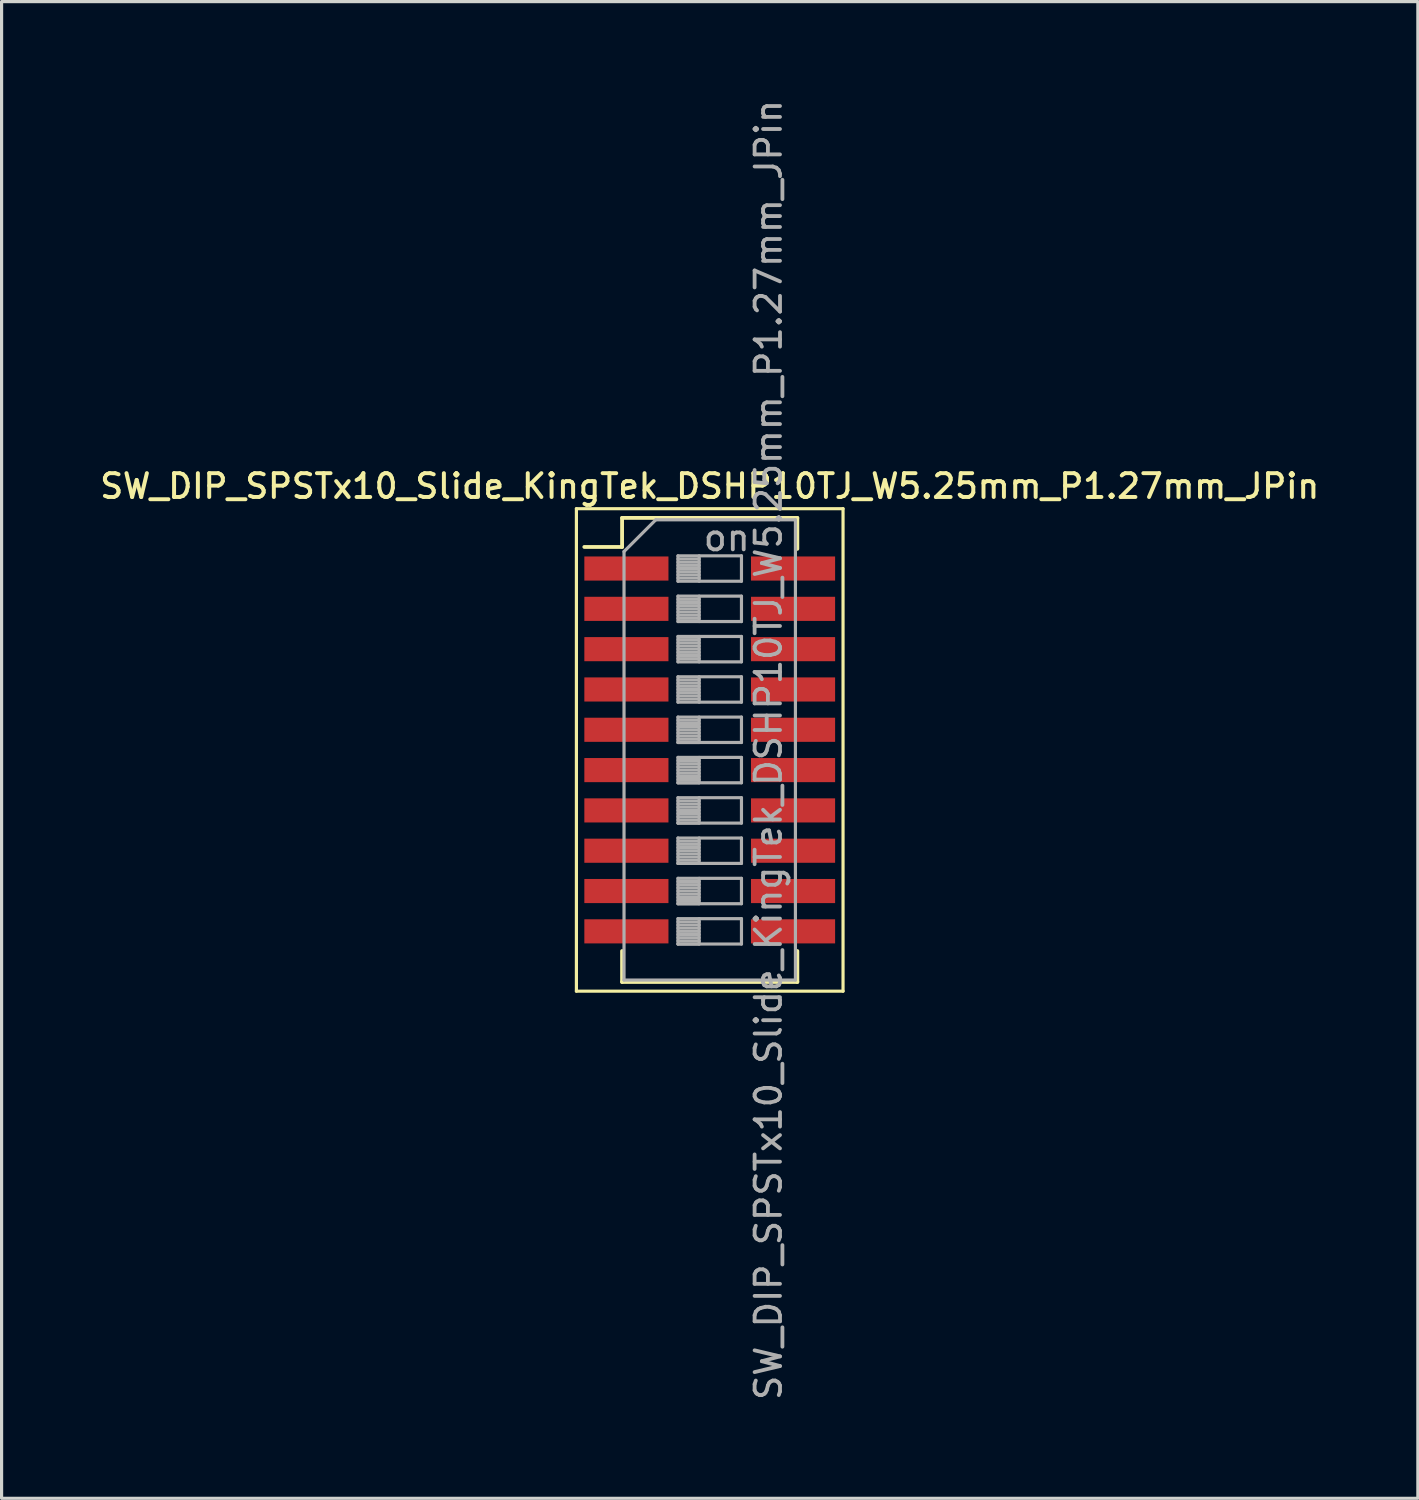
<source format=kicad_pcb>
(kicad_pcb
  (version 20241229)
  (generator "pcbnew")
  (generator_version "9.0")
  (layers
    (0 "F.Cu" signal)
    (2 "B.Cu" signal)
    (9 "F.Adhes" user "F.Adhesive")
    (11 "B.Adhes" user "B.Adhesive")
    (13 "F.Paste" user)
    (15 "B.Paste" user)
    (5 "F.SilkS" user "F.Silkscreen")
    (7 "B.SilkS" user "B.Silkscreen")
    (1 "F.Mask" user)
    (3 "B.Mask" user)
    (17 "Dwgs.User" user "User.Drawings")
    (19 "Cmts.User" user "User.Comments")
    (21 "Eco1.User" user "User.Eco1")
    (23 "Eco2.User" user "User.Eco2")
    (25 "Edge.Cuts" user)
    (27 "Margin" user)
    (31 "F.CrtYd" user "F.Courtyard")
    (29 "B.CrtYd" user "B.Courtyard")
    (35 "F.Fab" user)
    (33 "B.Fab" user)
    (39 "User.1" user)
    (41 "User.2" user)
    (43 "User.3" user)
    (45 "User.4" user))
  (footprint "SW_DIP_SPSTx10_Slide_KingTek_DSHP10TJ_W5.25mm_P1.27mm_JPin"
    (layer "F.Cu")
    (at 19.309 20.576)
    (property "Reference" "SW_DIP_SPSTx10_Slide_KingTek_DSHP10TJ_W5.25mm_P1.27mm_JPin" (at 0 -8.31 0) (layer "F.SilkS") (effects (font (size 0.75 0.75) (thickness 0.125))))
    (attr smd)
    (fp_line (start -4.2 -7.6) (end -4.2 7.6) (stroke (width 0.1) (type solid)) (layer "F.SilkS"))
    (fp_line (start -4.2 7.6) (end 4.2 7.6) (stroke (width 0.1) (type solid)) (layer "F.SilkS"))
    (fp_line (start -3.951 -6.395) (end -2.761 -6.395) (stroke (width 0.12) (type solid)) (layer "F.SilkS"))
    (fp_line (start -2.761 -7.31) (end -2.761 -6.395) (stroke (width 0.12) (type solid)) (layer "F.SilkS"))
    (fp_line (start -2.761 -7.31) (end 2.76 -7.31) (stroke (width 0.12) (type solid)) (layer "F.SilkS"))
    (fp_line (start -2.761 6.335) (end -2.761 7.31) (stroke (width 0.12) (type solid)) (layer "F.SilkS"))
    (fp_line (start -2.761 7.31) (end 2.76 7.31) (stroke (width 0.12) (type solid)) (layer "F.SilkS"))
    (fp_line (start 2.76 -7.31) (end 2.76 -6.335) (stroke (width 0.12) (type solid)) (layer "F.SilkS"))
    (fp_line (start 2.76 6.335) (end 2.76 7.31) (stroke (width 0.12) (type solid)) (layer "F.SilkS"))
    (fp_line (start 4.2 -7.6) (end -4.2 -7.6) (stroke (width 0.1) (type solid)) (layer "F.SilkS"))
    (fp_line (start 4.2 7.6) (end 4.2 -7.6) (stroke (width 0.1) (type solid)) (layer "F.SilkS"))
    (fp_line (start -2.7 -6.25) (end -1.7 -7.25) (stroke (width 0.1) (type solid)) (layer "F.Fab"))
    (fp_line (start -2.7 7.25) (end -2.7 -6.25) (stroke (width 0.1) (type solid)) (layer "F.Fab"))
    (fp_line (start -1.7 -7.25) (end 2.7 -7.25) (stroke (width 0.1) (type solid)) (layer "F.Fab"))
    (fp_line (start -1 -6.115) (end -1 -5.315) (stroke (width 0.1) (type solid)) (layer "F.Fab"))
    (fp_line (start -1 -6.015) (end -0.333 -6.015) (stroke (width 0.1) (type solid)) (layer "F.Fab"))
    (fp_line (start -1 -5.915) (end -0.333 -5.915) (stroke (width 0.1) (type solid)) (layer "F.Fab"))
    (fp_line (start -1 -5.815) (end -0.333 -5.815) (stroke (width 0.1) (type solid)) (layer "F.Fab"))
    (fp_line (start -1 -5.715) (end -0.333 -5.715) (stroke (width 0.1) (type solid)) (layer "F.Fab"))
    (fp_line (start -1 -5.615) (end -0.333 -5.615) (stroke (width 0.1) (type solid)) (layer "F.Fab"))
    (fp_line (start -1 -5.515) (end -0.333 -5.515) (stroke (width 0.1) (type solid)) (layer "F.Fab"))
    (fp_line (start -1 -5.415) (end -0.333 -5.415) (stroke (width 0.1) (type solid)) (layer "F.Fab"))
    (fp_line (start -1 -5.315) (end 1 -5.315) (stroke (width 0.1) (type solid)) (layer "F.Fab"))
    (fp_line (start -1 -4.845) (end -1 -4.045) (stroke (width 0.1) (type solid)) (layer "F.Fab"))
    (fp_line (start -1 -4.745) (end -0.333 -4.745) (stroke (width 0.1) (type solid)) (layer "F.Fab"))
    (fp_line (start -1 -4.645) (end -0.333 -4.645) (stroke (width 0.1) (type solid)) (layer "F.Fab"))
    (fp_line (start -1 -4.545) (end -0.333 -4.545) (stroke (width 0.1) (type solid)) (layer "F.Fab"))
    (fp_line (start -1 -4.445) (end -0.333 -4.445) (stroke (width 0.1) (type solid)) (layer "F.Fab"))
    (fp_line (start -1 -4.345) (end -0.333 -4.345) (stroke (width 0.1) (type solid)) (layer "F.Fab"))
    (fp_line (start -1 -4.245) (end -0.333 -4.245) (stroke (width 0.1) (type solid)) (layer "F.Fab"))
    (fp_line (start -1 -4.145) (end -0.333 -4.145) (stroke (width 0.1) (type solid)) (layer "F.Fab"))
    (fp_line (start -1 -4.045) (end 1 -4.045) (stroke (width 0.1) (type solid)) (layer "F.Fab"))
    (fp_line (start -1 -3.575) (end -1 -2.775) (stroke (width 0.1) (type solid)) (layer "F.Fab"))
    (fp_line (start -1 -3.475) (end -0.333 -3.475) (stroke (width 0.1) (type solid)) (layer "F.Fab"))
    (fp_line (start -1 -3.375) (end -0.333 -3.375) (stroke (width 0.1) (type solid)) (layer "F.Fab"))
    (fp_line (start -1 -3.275) (end -0.333 -3.275) (stroke (width 0.1) (type solid)) (layer "F.Fab"))
    (fp_line (start -1 -3.175) (end -0.333 -3.175) (stroke (width 0.1) (type solid)) (layer "F.Fab"))
    (fp_line (start -1 -3.075) (end -0.333 -3.075) (stroke (width 0.1) (type solid)) (layer "F.Fab"))
    (fp_line (start -1 -2.975) (end -0.333 -2.975) (stroke (width 0.1) (type solid)) (layer "F.Fab"))
    (fp_line (start -1 -2.875) (end -0.333 -2.875) (stroke (width 0.1) (type solid)) (layer "F.Fab"))
    (fp_line (start -1 -2.775) (end 1 -2.775) (stroke (width 0.1) (type solid)) (layer "F.Fab"))
    (fp_line (start -1 -2.305) (end -1 -1.505) (stroke (width 0.1) (type solid)) (layer "F.Fab"))
    (fp_line (start -1 -2.205) (end -0.333 -2.205) (stroke (width 0.1) (type solid)) (layer "F.Fab"))
    (fp_line (start -1 -2.105) (end -0.333 -2.105) (stroke (width 0.1) (type solid)) (layer "F.Fab"))
    (fp_line (start -1 -2.005) (end -0.333 -2.005) (stroke (width 0.1) (type solid)) (layer "F.Fab"))
    (fp_line (start -1 -1.905) (end -0.333 -1.905) (stroke (width 0.1) (type solid)) (layer "F.Fab"))
    (fp_line (start -1 -1.805) (end -0.333 -1.805) (stroke (width 0.1) (type solid)) (layer "F.Fab"))
    (fp_line (start -1 -1.705) (end -0.333 -1.705) (stroke (width 0.1) (type solid)) (layer "F.Fab"))
    (fp_line (start -1 -1.605) (end -0.333 -1.605) (stroke (width 0.1) (type solid)) (layer "F.Fab"))
    (fp_line (start -1 -1.505) (end 1 -1.505) (stroke (width 0.1) (type solid)) (layer "F.Fab"))
    (fp_line (start -1 -1.035) (end -1 -0.235) (stroke (width 0.1) (type solid)) (layer "F.Fab"))
    (fp_line (start -1 -0.935) (end -0.333 -0.935) (stroke (width 0.1) (type solid)) (layer "F.Fab"))
    (fp_line (start -1 -0.835) (end -0.333 -0.835) (stroke (width 0.1) (type solid)) (layer "F.Fab"))
    (fp_line (start -1 -0.735) (end -0.333 -0.735) (stroke (width 0.1) (type solid)) (layer "F.Fab"))
    (fp_line (start -1 -0.635) (end -0.333 -0.635) (stroke (width 0.1) (type solid)) (layer "F.Fab"))
    (fp_line (start -1 -0.535) (end -0.333 -0.535) (stroke (width 0.1) (type solid)) (layer "F.Fab"))
    (fp_line (start -1 -0.435) (end -0.333 -0.435) (stroke (width 0.1) (type solid)) (layer "F.Fab"))
    (fp_line (start -1 -0.335) (end -0.333 -0.335) (stroke (width 0.1) (type solid)) (layer "F.Fab"))
    (fp_line (start -1 -0.235) (end -0.333 -0.235) (stroke (width 0.1) (type solid)) (layer "F.Fab"))
    (fp_line (start -1 -0.235) (end 1 -0.235) (stroke (width 0.1) (type solid)) (layer "F.Fab"))
    (fp_line (start -1 0.235) (end -1 1.035) (stroke (width 0.1) (type solid)) (layer "F.Fab"))
    (fp_line (start -1 0.335) (end -0.333 0.335) (stroke (width 0.1) (type solid)) (layer "F.Fab"))
    (fp_line (start -1 0.435) (end -0.333 0.435) (stroke (width 0.1) (type solid)) (layer "F.Fab"))
    (fp_line (start -1 0.535) (end -0.333 0.535) (stroke (width 0.1) (type solid)) (layer "F.Fab"))
    (fp_line (start -1 0.635) (end -0.333 0.635) (stroke (width 0.1) (type solid)) (layer "F.Fab"))
    (fp_line (start -1 0.735) (end -0.333 0.735) (stroke (width 0.1) (type solid)) (layer "F.Fab"))
    (fp_line (start -1 0.835) (end -0.333 0.835) (stroke (width 0.1) (type solid)) (layer "F.Fab"))
    (fp_line (start -1 0.935) (end -0.333 0.935) (stroke (width 0.1) (type solid)) (layer "F.Fab"))
    (fp_line (start -1 1.035) (end -0.333 1.035) (stroke (width 0.1) (type solid)) (layer "F.Fab"))
    (fp_line (start -1 1.035) (end 1 1.035) (stroke (width 0.1) (type solid)) (layer "F.Fab"))
    (fp_line (start -1 1.505) (end -1 2.305) (stroke (width 0.1) (type solid)) (layer "F.Fab"))
    (fp_line (start -1 1.605) (end -0.333 1.605) (stroke (width 0.1) (type solid)) (layer "F.Fab"))
    (fp_line (start -1 1.705) (end -0.333 1.705) (stroke (width 0.1) (type solid)) (layer "F.Fab"))
    (fp_line (start -1 1.805) (end -0.333 1.805) (stroke (width 0.1) (type solid)) (layer "F.Fab"))
    (fp_line (start -1 1.905) (end -0.333 1.905) (stroke (width 0.1) (type solid)) (layer "F.Fab"))
    (fp_line (start -1 2.005) (end -0.333 2.005) (stroke (width 0.1) (type solid)) (layer "F.Fab"))
    (fp_line (start -1 2.105) (end -0.333 2.105) (stroke (width 0.1) (type solid)) (layer "F.Fab"))
    (fp_line (start -1 2.205) (end -0.333 2.205) (stroke (width 0.1) (type solid)) (layer "F.Fab"))
    (fp_line (start -1 2.305) (end -0.333 2.305) (stroke (width 0.1) (type solid)) (layer "F.Fab"))
    (fp_line (start -1 2.305) (end 1 2.305) (stroke (width 0.1) (type solid)) (layer "F.Fab"))
    (fp_line (start -1 2.775) (end -1 3.575) (stroke (width 0.1) (type solid)) (layer "F.Fab"))
    (fp_line (start -1 2.875) (end -0.333 2.875) (stroke (width 0.1) (type solid)) (layer "F.Fab"))
    (fp_line (start -1 2.975) (end -0.333 2.975) (stroke (width 0.1) (type solid)) (layer "F.Fab"))
    (fp_line (start -1 3.075) (end -0.333 3.075) (stroke (width 0.1) (type solid)) (layer "F.Fab"))
    (fp_line (start -1 3.175) (end -0.333 3.175) (stroke (width 0.1) (type solid)) (layer "F.Fab"))
    (fp_line (start -1 3.275) (end -0.333 3.275) (stroke (width 0.1) (type solid)) (layer "F.Fab"))
    (fp_line (start -1 3.375) (end -0.333 3.375) (stroke (width 0.1) (type solid)) (layer "F.Fab"))
    (fp_line (start -1 3.475) (end -0.333 3.475) (stroke (width 0.1) (type solid)) (layer "F.Fab"))
    (fp_line (start -1 3.575) (end -0.333 3.575) (stroke (width 0.1) (type solid)) (layer "F.Fab"))
    (fp_line (start -1 3.575) (end 1 3.575) (stroke (width 0.1) (type solid)) (layer "F.Fab"))
    (fp_line (start -1 4.045) (end -1 4.845) (stroke (width 0.1) (type solid)) (layer "F.Fab"))
    (fp_line (start -1 4.145) (end -0.333 4.145) (stroke (width 0.1) (type solid)) (layer "F.Fab"))
    (fp_line (start -1 4.245) (end -0.333 4.245) (stroke (width 0.1) (type solid)) (layer "F.Fab"))
    (fp_line (start -1 4.345) (end -0.333 4.345) (stroke (width 0.1) (type solid)) (layer "F.Fab"))
    (fp_line (start -1 4.445) (end -0.333 4.445) (stroke (width 0.1) (type solid)) (layer "F.Fab"))
    (fp_line (start -1 4.545) (end -0.333 4.545) (stroke (width 0.1) (type solid)) (layer "F.Fab"))
    (fp_line (start -1 4.645) (end -0.333 4.645) (stroke (width 0.1) (type solid)) (layer "F.Fab"))
    (fp_line (start -1 4.745) (end -0.333 4.745) (stroke (width 0.1) (type solid)) (layer "F.Fab"))
    (fp_line (start -1 4.845) (end -0.333 4.845) (stroke (width 0.1) (type solid)) (layer "F.Fab"))
    (fp_line (start -1 4.845) (end 1 4.845) (stroke (width 0.1) (type solid)) (layer "F.Fab"))
    (fp_line (start -1 5.315) (end -1 6.115) (stroke (width 0.1) (type solid)) (layer "F.Fab"))
    (fp_line (start -1 5.415) (end -0.333 5.415) (stroke (width 0.1) (type solid)) (layer "F.Fab"))
    (fp_line (start -1 5.515) (end -0.333 5.515) (stroke (width 0.1) (type solid)) (layer "F.Fab"))
    (fp_line (start -1 5.615) (end -0.333 5.615) (stroke (width 0.1) (type solid)) (layer "F.Fab"))
    (fp_line (start -1 5.715) (end -0.333 5.715) (stroke (width 0.1) (type solid)) (layer "F.Fab"))
    (fp_line (start -1 5.815) (end -0.333 5.815) (stroke (width 0.1) (type solid)) (layer "F.Fab"))
    (fp_line (start -1 5.915) (end -0.333 5.915) (stroke (width 0.1) (type solid)) (layer "F.Fab"))
    (fp_line (start -1 6.015) (end -0.333 6.015) (stroke (width 0.1) (type solid)) (layer "F.Fab"))
    (fp_line (start -1 6.115) (end -0.333 6.115) (stroke (width 0.1) (type solid)) (layer "F.Fab"))
    (fp_line (start -1 6.115) (end 1 6.115) (stroke (width 0.1) (type solid)) (layer "F.Fab"))
    (fp_line (start -0.333 -6.115) (end -0.333 -5.315) (stroke (width 0.1) (type solid)) (layer "F.Fab"))
    (fp_line (start -0.333 -4.845) (end -0.333 -4.045) (stroke (width 0.1) (type solid)) (layer "F.Fab"))
    (fp_line (start -0.333 -3.575) (end -0.333 -2.775) (stroke (width 0.1) (type solid)) (layer "F.Fab"))
    (fp_line (start -0.333 -2.305) (end -0.333 -1.505) (stroke (width 0.1) (type solid)) (layer "F.Fab"))
    (fp_line (start -0.333 -1.035) (end -0.333 -0.235) (stroke (width 0.1) (type solid)) (layer "F.Fab"))
    (fp_line (start -0.333 0.235) (end -0.333 1.035) (stroke (width 0.1) (type solid)) (layer "F.Fab"))
    (fp_line (start -0.333 1.505) (end -0.333 2.305) (stroke (width 0.1) (type solid)) (layer "F.Fab"))
    (fp_line (start -0.333 2.775) (end -0.333 3.575) (stroke (width 0.1) (type solid)) (layer "F.Fab"))
    (fp_line (start -0.333 4.045) (end -0.333 4.845) (stroke (width 0.1) (type solid)) (layer "F.Fab"))
    (fp_line (start -0.333 5.315) (end -0.333 6.115) (stroke (width 0.1) (type solid)) (layer "F.Fab"))
    (fp_line (start 1 -6.115) (end -1 -6.115) (stroke (width 0.1) (type solid)) (layer "F.Fab"))
    (fp_line (start 1 -5.315) (end 1 -6.115) (stroke (width 0.1) (type solid)) (layer "F.Fab"))
    (fp_line (start 1 -4.845) (end -1 -4.845) (stroke (width 0.1) (type solid)) (layer "F.Fab"))
    (fp_line (start 1 -4.045) (end 1 -4.845) (stroke (width 0.1) (type solid)) (layer "F.Fab"))
    (fp_line (start 1 -3.575) (end -1 -3.575) (stroke (width 0.1) (type solid)) (layer "F.Fab"))
    (fp_line (start 1 -2.775) (end 1 -3.575) (stroke (width 0.1) (type solid)) (layer "F.Fab"))
    (fp_line (start 1 -2.305) (end -1 -2.305) (stroke (width 0.1) (type solid)) (layer "F.Fab"))
    (fp_line (start 1 -1.505) (end 1 -2.305) (stroke (width 0.1) (type solid)) (layer "F.Fab"))
    (fp_line (start 1 -1.035) (end -1 -1.035) (stroke (width 0.1) (type solid)) (layer "F.Fab"))
    (fp_line (start 1 -0.235) (end 1 -1.035) (stroke (width 0.1) (type solid)) (layer "F.Fab"))
    (fp_line (start 1 0.235) (end -1 0.235) (stroke (width 0.1) (type solid)) (layer "F.Fab"))
    (fp_line (start 1 1.035) (end 1 0.235) (stroke (width 0.1) (type solid)) (layer "F.Fab"))
    (fp_line (start 1 1.505) (end -1 1.505) (stroke (width 0.1) (type solid)) (layer "F.Fab"))
    (fp_line (start 1 2.305) (end 1 1.505) (stroke (width 0.1) (type solid)) (layer "F.Fab"))
    (fp_line (start 1 2.775) (end -1 2.775) (stroke (width 0.1) (type solid)) (layer "F.Fab"))
    (fp_line (start 1 3.575) (end 1 2.775) (stroke (width 0.1) (type solid)) (layer "F.Fab"))
    (fp_line (start 1 4.045) (end -1 4.045) (stroke (width 0.1) (type solid)) (layer "F.Fab"))
    (fp_line (start 1 4.845) (end 1 4.045) (stroke (width 0.1) (type solid)) (layer "F.Fab"))
    (fp_line (start 1 5.315) (end -1 5.315) (stroke (width 0.1) (type solid)) (layer "F.Fab"))
    (fp_line (start 1 6.115) (end 1 5.315) (stroke (width 0.1) (type solid)) (layer "F.Fab"))
    (fp_line (start 2.7 -7.25) (end 2.7 7.25) (stroke (width 0.1) (type solid)) (layer "F.Fab"))
    (fp_line (start 2.7 7.25) (end -2.7 7.25) (stroke (width 0.1) (type solid)) (layer "F.Fab"))
    (fp_text user "on" (at 0.537 -6.683 0) (layer "F.Fab") (effects (font (size 0.8 0.8) (thickness 0.12))))
    (fp_text user "${REFERENCE}" (at 1.85 0 90) (layer "F.Fab") (effects (font (size 0.8 0.8) (thickness 0.12))))
    (pad "1" smd rect (at -2.625 -5.715) (size 2.65 0.76) (layers "F.Cu" "F.Mask" "F.Paste"))
    (pad "2" smd rect (at -2.625 -4.445) (size 2.65 0.76) (layers "F.Cu" "F.Mask" "F.Paste"))
    (pad "3" smd rect (at -2.625 -3.175) (size 2.65 0.76) (layers "F.Cu" "F.Mask" "F.Paste"))
    (pad "4" smd rect (at -2.625 -1.905) (size 2.65 0.76) (layers "F.Cu" "F.Mask" "F.Paste"))
    (pad "5" smd rect (at -2.625 -0.635) (size 2.65 0.76) (layers "F.Cu" "F.Mask" "F.Paste"))
    (pad "6" smd rect (at -2.625 0.635) (size 2.65 0.76) (layers "F.Cu" "F.Mask" "F.Paste"))
    (pad "7" smd rect (at -2.625 1.905) (size 2.65 0.76) (layers "F.Cu" "F.Mask" "F.Paste"))
    (pad "8" smd rect (at -2.625 3.175) (size 2.65 0.76) (layers "F.Cu" "F.Mask" "F.Paste"))
    (pad "9" smd rect (at -2.625 4.445) (size 2.65 0.76) (layers "F.Cu" "F.Mask" "F.Paste"))
    (pad "10" smd rect (at -2.625 5.715) (size 2.65 0.76) (layers "F.Cu" "F.Mask" "F.Paste"))
    (pad "11" smd rect (at 2.625 5.715) (size 2.65 0.76) (layers "F.Cu" "F.Mask" "F.Paste"))
    (pad "12" smd rect (at 2.625 4.445) (size 2.65 0.76) (layers "F.Cu" "F.Mask" "F.Paste"))
    (pad "13" smd rect (at 2.625 3.175) (size 2.65 0.76) (layers "F.Cu" "F.Mask" "F.Paste"))
    (pad "14" smd rect (at 2.625 1.905) (size 2.65 0.76) (layers "F.Cu" "F.Mask" "F.Paste"))
    (pad "15" smd rect (at 2.625 0.635) (size 2.65 0.76) (layers "F.Cu" "F.Mask" "F.Paste"))
    (pad "16" smd rect (at 2.625 -0.635) (size 2.65 0.76) (layers "F.Cu" "F.Mask" "F.Paste"))
    (pad "17" smd rect (at 2.625 -1.905) (size 2.65 0.76) (layers "F.Cu" "F.Mask" "F.Paste"))
    (pad "18" smd rect (at 2.625 -3.175) (size 2.65 0.76) (layers "F.Cu" "F.Mask" "F.Paste"))
    (pad "19" smd rect (at 2.625 -4.445) (size 2.65 0.76) (layers "F.Cu" "F.Mask" "F.Paste"))
    (pad "20" smd rect (at 2.625 -5.715) (size 2.65 0.76) (layers "F.Cu" "F.Mask" "F.Paste")))
  (gr_rect
    (start -3 -3)
    (end 41.618 44.152)
    (stroke (width 0.1) (type default))
    (fill no)
    (layer "Edge.Cuts")))
</source>
